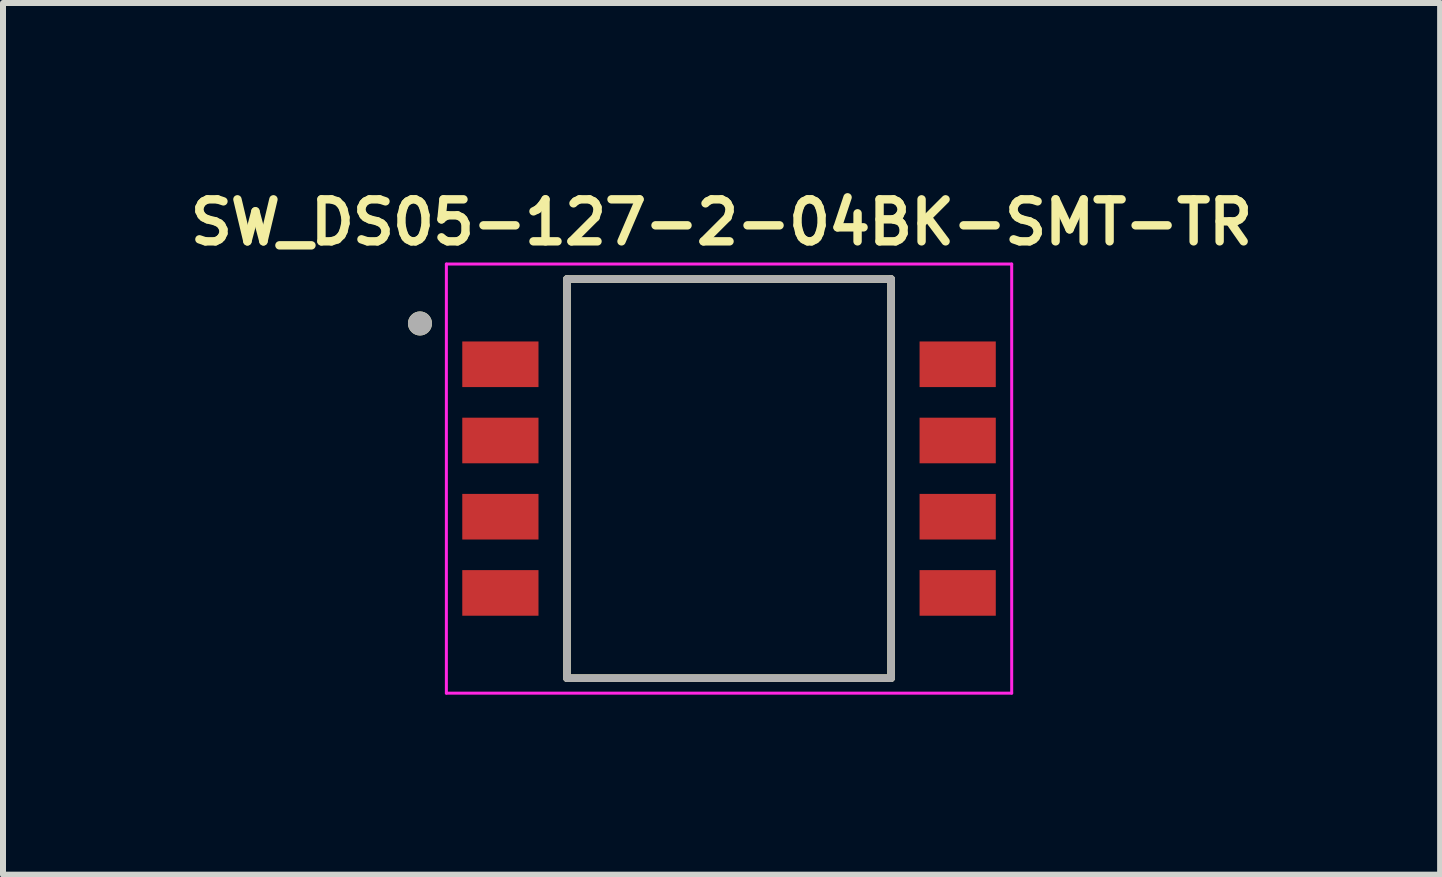
<source format=kicad_pcb>
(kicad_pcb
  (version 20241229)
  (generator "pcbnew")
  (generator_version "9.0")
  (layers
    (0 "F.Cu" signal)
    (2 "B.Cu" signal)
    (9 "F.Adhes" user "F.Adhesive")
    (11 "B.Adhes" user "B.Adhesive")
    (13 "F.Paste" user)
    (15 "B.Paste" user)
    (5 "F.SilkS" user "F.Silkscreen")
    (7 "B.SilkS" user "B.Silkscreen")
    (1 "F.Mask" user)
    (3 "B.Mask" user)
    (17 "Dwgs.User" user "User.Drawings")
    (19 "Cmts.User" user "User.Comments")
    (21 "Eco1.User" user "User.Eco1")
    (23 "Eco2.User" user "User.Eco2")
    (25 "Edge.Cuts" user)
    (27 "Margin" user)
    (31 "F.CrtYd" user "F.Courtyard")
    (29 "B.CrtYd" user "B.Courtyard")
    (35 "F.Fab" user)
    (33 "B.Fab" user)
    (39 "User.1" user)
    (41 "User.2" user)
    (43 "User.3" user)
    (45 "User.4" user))
  (footprint "SW_DS05-127-2-04BK-SMT-TR"
    (layer "F.Cu")
    (at 9.098 4.925)
    (property "Reference" "SW_DS05-127-2-04BK-SMT-TR" (at -0.125 -4.27 0) (layer "F.SilkS") (effects (font (size 0.7 0.7) (thickness 0.14) (bold yes))))
    (attr smd)
    (fp_line (start -2.7 -3.325) (end -2.7 3.325) (stroke (width 0.127) (type solid)) (layer "F.SilkS"))
    (fp_line (start -2.7 3.325) (end 2.7 3.325) (stroke (width 0.127) (type solid)) (layer "F.SilkS"))
    (fp_line (start 2.7 -3.325) (end -2.7 -3.325) (stroke (width 0.127) (type solid)) (layer "F.SilkS"))
    (fp_line (start 2.7 -3.325) (end 2.7 3.325) (stroke (width 0.127) (type solid)) (layer "F.SilkS"))
    (fp_circle (center -5.15 -2.585) (end -5.05 -2.585) (stroke (width 0.2) (type solid)) (fill no) (layer "F.SilkS"))
    (fp_line (start -4.71 -3.575) (end 4.71 -3.575) (stroke (width 0.05) (type solid)) (layer "F.CrtYd"))
    (fp_line (start -4.71 3.575) (end -4.71 -3.575) (stroke (width 0.05) (type solid)) (layer "F.CrtYd"))
    (fp_line (start 4.71 -3.575) (end 4.71 3.575) (stroke (width 0.05) (type solid)) (layer "F.CrtYd"))
    (fp_line (start 4.71 3.575) (end -4.71 3.575) (stroke (width 0.05) (type solid)) (layer "F.CrtYd"))
    (fp_line (start -2.7 -3.325) (end -2.7 3.325) (stroke (width 0.127) (type solid)) (layer "F.Fab"))
    (fp_line (start -2.7 3.325) (end 2.7 3.325) (stroke (width 0.127) (type solid)) (layer "F.Fab"))
    (fp_line (start 2.7 -3.325) (end -2.7 -3.325) (stroke (width 0.127) (type solid)) (layer "F.Fab"))
    (fp_line (start 2.7 3.325) (end 2.7 -3.325) (stroke (width 0.127) (type solid)) (layer "F.Fab"))
    (fp_circle (center -5.15 -2.585) (end -5.05 -2.585) (stroke (width 0.2) (type solid)) (fill no) (layer "F.Fab"))
    (pad "1" smd rect (at -3.81 -1.905) (size 1.27 0.76) (layers "F.Cu" "F.Mask" "F.Paste"))
    (pad "2" smd rect (at -3.81 -0.635) (size 1.27 0.76) (layers "F.Cu" "F.Mask" "F.Paste"))
    (pad "3" smd rect (at -3.81 0.635) (size 1.27 0.76) (layers "F.Cu" "F.Mask" "F.Paste"))
    (pad "4" smd rect (at -3.81 1.905) (size 1.27 0.76) (layers "F.Cu" "F.Mask" "F.Paste"))
    (pad "5" smd rect (at 3.81 1.905) (size 1.27 0.76) (layers "F.Cu" "F.Mask" "F.Paste"))
    (pad "6" smd rect (at 3.81 0.635) (size 1.27 0.76) (layers "F.Cu" "F.Mask" "F.Paste"))
    (pad "7" smd rect (at 3.81 -0.635) (size 1.27 0.76) (layers "F.Cu" "F.Mask" "F.Paste"))
    (pad "8" smd rect (at 3.81 -1.905) (size 1.27 0.76) (layers "F.Cu" "F.Mask" "F.Paste")))
  (gr_rect
    (start -3 -3)
    (end 20.947 11.525)
    (stroke (width 0.1) (type default))
    (fill no)
    (layer "Edge.Cuts")))
</source>
